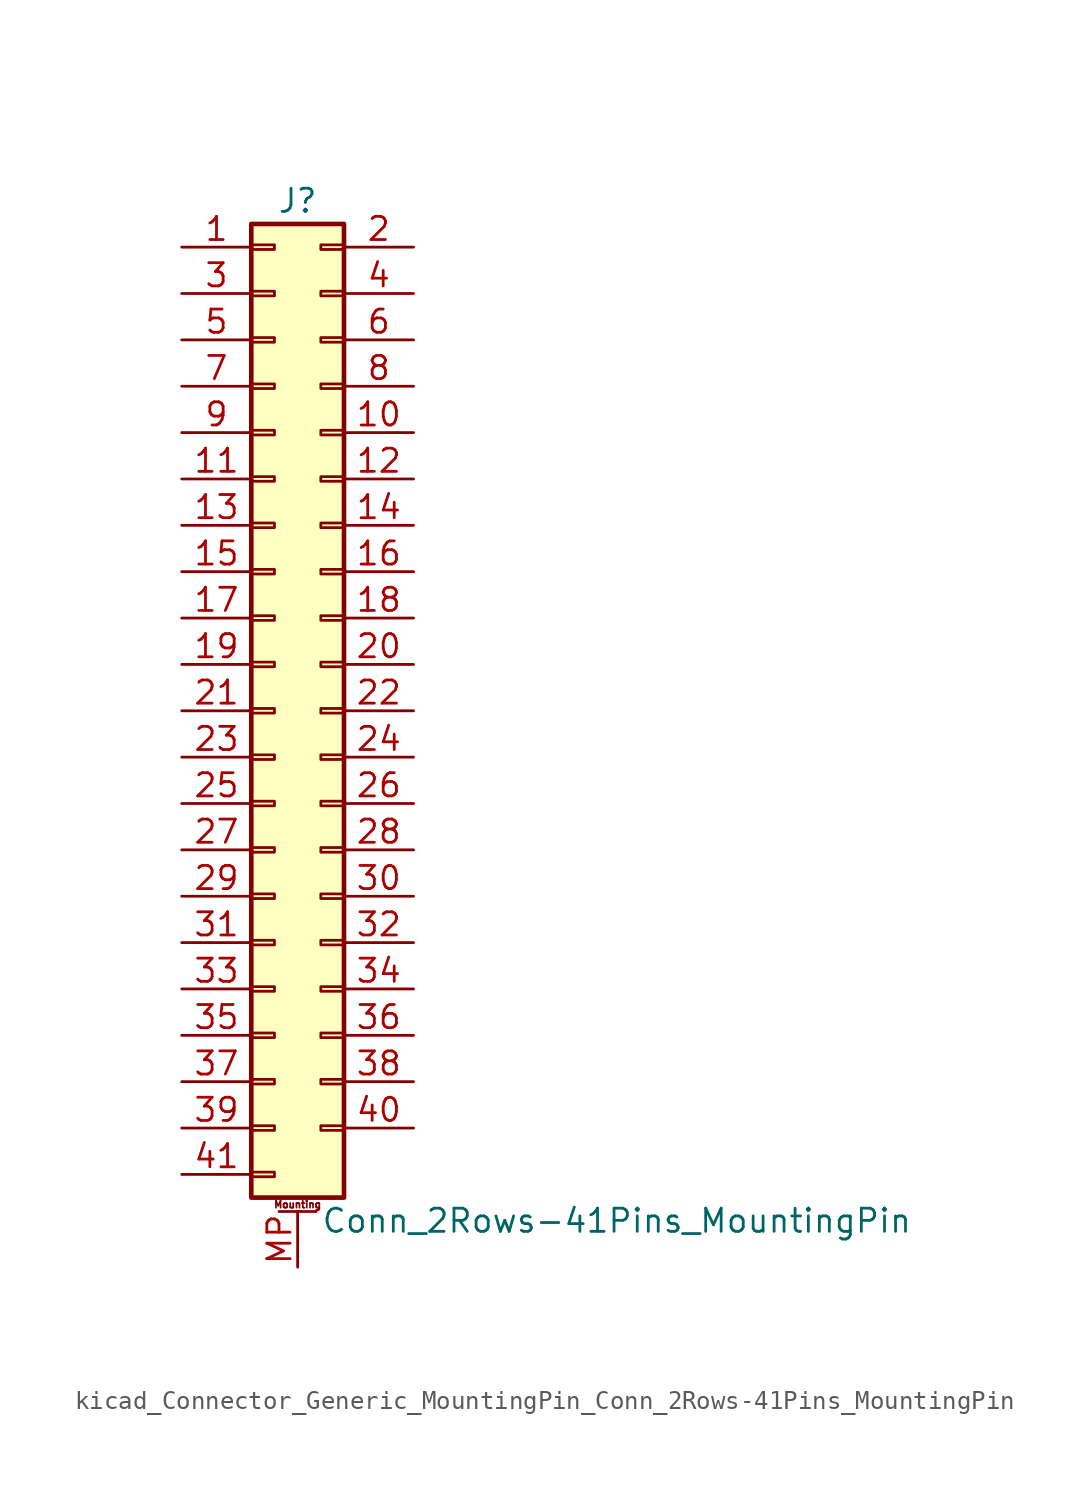
<source format=kicad_sym>
(kicad_symbol_lib
  (version 20220914)
  (generator kicad_symbol_editor)
  (symbol "kicad_Connector_Generic_MountingPin_Conn_2Rows-41Pins_MountingPin"
    (pin_names
      (offset 1.016) hide)
    (property "Reference" "J"
      (at 1.27 27.94 0)
      (effects (font (size 1.27 1.27))))
    (property "Value" "Conn_2Rows-41Pins_MountingPin"
      (at 2.54 -27.94 0)
      (effects (font (size 1.27 1.27)) (justify left)))
    (symbol "kicad_Connector_Generic_MountingPin_Conn_2Rows-41Pins_MountingPin_1_1"
      (rectangle (start -1.27 -25.273) (end 0 -25.527) (stroke (width 0.152) (type default)) (fill (type none)))
      (rectangle (start -1.27 -22.733) (end 0 -22.987) (stroke (width 0.152) (type default)) (fill (type none)))
      (rectangle (start -1.27 -20.193) (end 0 -20.447) (stroke (width 0.152) (type default)) (fill (type none)))
      (rectangle (start -1.27 -17.653) (end 0 -17.907) (stroke (width 0.152) (type default)) (fill (type none)))
      (rectangle (start -1.27 -15.113) (end 0 -15.367) (stroke (width 0.152) (type default)) (fill (type none)))
      (rectangle (start -1.27 -12.573) (end 0 -12.827) (stroke (width 0.152) (type default)) (fill (type none)))
      (rectangle (start -1.27 -10.033) (end 0 -10.287) (stroke (width 0.152) (type default)) (fill (type none)))
      (rectangle (start -1.27 -7.493) (end 0 -7.747) (stroke (width 0.152) (type default)) (fill (type none)))
      (rectangle (start -1.27 -4.953) (end 0 -5.207) (stroke (width 0.152) (type default)) (fill (type none)))
      (rectangle (start -1.27 -2.413) (end 0 -2.667) (stroke (width 0.152) (type default)) (fill (type none)))
      (rectangle (start -1.27 0.127) (end 0 -0.127) (stroke (width 0.152) (type default)) (fill (type none)))
      (rectangle (start -1.27 2.667) (end 0 2.413) (stroke (width 0.152) (type default)) (fill (type none)))
      (rectangle (start -1.27 5.207) (end 0 4.953) (stroke (width 0.152) (type default)) (fill (type none)))
      (rectangle (start -1.27 7.747) (end 0 7.493) (stroke (width 0.152) (type default)) (fill (type none)))
      (rectangle (start -1.27 10.287) (end 0 10.033) (stroke (width 0.152) (type default)) (fill (type none)))
      (rectangle (start -1.27 12.827) (end 0 12.573) (stroke (width 0.152) (type default)) (fill (type none)))
      (rectangle (start -1.27 15.367) (end 0 15.113) (stroke (width 0.152) (type default)) (fill (type none)))
      (rectangle (start -1.27 17.907) (end 0 17.653) (stroke (width 0.152) (type default)) (fill (type none)))
      (rectangle (start -1.27 20.447) (end 0 20.193) (stroke (width 0.152) (type default)) (fill (type none)))
      (rectangle (start -1.27 22.987) (end 0 22.733) (stroke (width 0.152) (type default)) (fill (type none)))
      (rectangle (start -1.27 25.527) (end 0 25.273) (stroke (width 0.152) (type default)) (fill (type none)))
      (rectangle (start -1.27 26.67) (end 3.81 -26.67) (stroke (width 0.254) (type default)) (fill (type background)))
      (polyline (pts (xy 0.254 -27.432) (xy 2.286 -27.432)) (stroke (width 0.152) (type default)) (fill (type none)))
      (rectangle (start 3.81 -22.733) (end 2.54 -22.987) (stroke (width 0.152) (type default)) (fill (type none)))
      (rectangle (start 3.81 -20.193) (end 2.54 -20.447) (stroke (width 0.152) (type default)) (fill (type none)))
      (rectangle (start 3.81 -17.653) (end 2.54 -17.907) (stroke (width 0.152) (type default)) (fill (type none)))
      (rectangle (start 3.81 -15.113) (end 2.54 -15.367) (stroke (width 0.152) (type default)) (fill (type none)))
      (rectangle (start 3.81 -12.573) (end 2.54 -12.827) (stroke (width 0.152) (type default)) (fill (type none)))
      (rectangle (start 3.81 -10.033) (end 2.54 -10.287) (stroke (width 0.152) (type default)) (fill (type none)))
      (rectangle (start 3.81 -7.493) (end 2.54 -7.747) (stroke (width 0.152) (type default)) (fill (type none)))
      (rectangle (start 3.81 -4.953) (end 2.54 -5.207) (stroke (width 0.152) (type default)) (fill (type none)))
      (rectangle (start 3.81 -2.413) (end 2.54 -2.667) (stroke (width 0.152) (type default)) (fill (type none)))
      (rectangle (start 3.81 0.127) (end 2.54 -0.127) (stroke (width 0.152) (type default)) (fill (type none)))
      (rectangle (start 3.81 2.667) (end 2.54 2.413) (stroke (width 0.152) (type default)) (fill (type none)))
      (rectangle (start 3.81 5.207) (end 2.54 4.953) (stroke (width 0.152) (type default)) (fill (type none)))
      (rectangle (start 3.81 7.747) (end 2.54 7.493) (stroke (width 0.152) (type default)) (fill (type none)))
      (rectangle (start 3.81 10.287) (end 2.54 10.033) (stroke (width 0.152) (type default)) (fill (type none)))
      (rectangle (start 3.81 12.827) (end 2.54 12.573) (stroke (width 0.152) (type default)) (fill (type none)))
      (rectangle (start 3.81 15.367) (end 2.54 15.113) (stroke (width 0.152) (type default)) (fill (type none)))
      (rectangle (start 3.81 17.907) (end 2.54 17.653) (stroke (width 0.152) (type default)) (fill (type none)))
      (rectangle (start 3.81 20.447) (end 2.54 20.193) (stroke (width 0.152) (type default)) (fill (type none)))
      (rectangle (start 3.81 22.987) (end 2.54 22.733) (stroke (width 0.152) (type default)) (fill (type none)))
      (rectangle (start 3.81 25.527) (end 2.54 25.273) (stroke (width 0.152) (type default)) (fill (type none)))
      (text "Mounting" (at 1.27 -27.051 0) (effects (font (size 0.381 0.381))))
      (pin passive line (at -5.08 25.4 0) (length 3.81) (name "Pin_1" (effects (font (size 1.27 1.27)))) (number "1" (effects (font (size 1.27 1.27)))))
      (pin passive line (at 7.62 15.24 180) (length 3.81) (name "Pin_10" (effects (font (size 1.27 1.27)))) (number "10" (effects (font (size 1.27 1.27)))))
      (pin passive line (at -5.08 12.7 0) (length 3.81) (name "Pin_11" (effects (font (size 1.27 1.27)))) (number "11" (effects (font (size 1.27 1.27)))))
      (pin passive line (at 7.62 12.7 180) (length 3.81) (name "Pin_12" (effects (font (size 1.27 1.27)))) (number "12" (effects (font (size 1.27 1.27)))))
      (pin passive line (at -5.08 10.16 0) (length 3.81) (name "Pin_13" (effects (font (size 1.27 1.27)))) (number "13" (effects (font (size 1.27 1.27)))))
      (pin passive line (at 7.62 10.16 180) (length 3.81) (name "Pin_14" (effects (font (size 1.27 1.27)))) (number "14" (effects (font (size 1.27 1.27)))))
      (pin passive line (at -5.08 7.62 0) (length 3.81) (name "Pin_15" (effects (font (size 1.27 1.27)))) (number "15" (effects (font (size 1.27 1.27)))))
      (pin passive line (at 7.62 7.62 180) (length 3.81) (name "Pin_16" (effects (font (size 1.27 1.27)))) (number "16" (effects (font (size 1.27 1.27)))))
      (pin passive line (at -5.08 5.08 0) (length 3.81) (name "Pin_17" (effects (font (size 1.27 1.27)))) (number "17" (effects (font (size 1.27 1.27)))))
      (pin passive line (at 7.62 5.08 180) (length 3.81) (name "Pin_18" (effects (font (size 1.27 1.27)))) (number "18" (effects (font (size 1.27 1.27)))))
      (pin passive line (at -5.08 2.54 0) (length 3.81) (name "Pin_19" (effects (font (size 1.27 1.27)))) (number "19" (effects (font (size 1.27 1.27)))))
      (pin passive line (at 7.62 25.4 180) (length 3.81) (name "Pin_2" (effects (font (size 1.27 1.27)))) (number "2" (effects (font (size 1.27 1.27)))))
      (pin passive line (at 7.62 2.54 180) (length 3.81) (name "Pin_20" (effects (font (size 1.27 1.27)))) (number "20" (effects (font (size 1.27 1.27)))))
      (pin passive line (at -5.08 0 0) (length 3.81) (name "Pin_21" (effects (font (size 1.27 1.27)))) (number "21" (effects (font (size 1.27 1.27)))))
      (pin passive line (at 7.62 0 180) (length 3.81) (name "Pin_22" (effects (font (size 1.27 1.27)))) (number "22" (effects (font (size 1.27 1.27)))))
      (pin passive line (at -5.08 -2.54 0) (length 3.81) (name "Pin_23" (effects (font (size 1.27 1.27)))) (number "23" (effects (font (size 1.27 1.27)))))
      (pin passive line (at 7.62 -2.54 180) (length 3.81) (name "Pin_24" (effects (font (size 1.27 1.27)))) (number "24" (effects (font (size 1.27 1.27)))))
      (pin passive line (at -5.08 -5.08 0) (length 3.81) (name "Pin_25" (effects (font (size 1.27 1.27)))) (number "25" (effects (font (size 1.27 1.27)))))
      (pin passive line (at 7.62 -5.08 180) (length 3.81) (name "Pin_26" (effects (font (size 1.27 1.27)))) (number "26" (effects (font (size 1.27 1.27)))))
      (pin passive line (at -5.08 -7.62 0) (length 3.81) (name "Pin_27" (effects (font (size 1.27 1.27)))) (number "27" (effects (font (size 1.27 1.27)))))
      (pin passive line (at 7.62 -7.62 180) (length 3.81) (name "Pin_28" (effects (font (size 1.27 1.27)))) (number "28" (effects (font (size 1.27 1.27)))))
      (pin passive line (at -5.08 -10.16 0) (length 3.81) (name "Pin_29" (effects (font (size 1.27 1.27)))) (number "29" (effects (font (size 1.27 1.27)))))
      (pin passive line (at -5.08 22.86 0) (length 3.81) (name "Pin_3" (effects (font (size 1.27 1.27)))) (number "3" (effects (font (size 1.27 1.27)))))
      (pin passive line (at 7.62 -10.16 180) (length 3.81) (name "Pin_30" (effects (font (size 1.27 1.27)))) (number "30" (effects (font (size 1.27 1.27)))))
      (pin passive line (at -5.08 -12.7 0) (length 3.81) (name "Pin_31" (effects (font (size 1.27 1.27)))) (number "31" (effects (font (size 1.27 1.27)))))
      (pin passive line (at 7.62 -12.7 180) (length 3.81) (name "Pin_32" (effects (font (size 1.27 1.27)))) (number "32" (effects (font (size 1.27 1.27)))))
      (pin passive line (at -5.08 -15.24 0) (length 3.81) (name "Pin_33" (effects (font (size 1.27 1.27)))) (number "33" (effects (font (size 1.27 1.27)))))
      (pin passive line (at 7.62 -15.24 180) (length 3.81) (name "Pin_34" (effects (font (size 1.27 1.27)))) (number "34" (effects (font (size 1.27 1.27)))))
      (pin passive line (at -5.08 -17.78 0) (length 3.81) (name "Pin_35" (effects (font (size 1.27 1.27)))) (number "35" (effects (font (size 1.27 1.27)))))
      (pin passive line (at 7.62 -17.78 180) (length 3.81) (name "Pin_36" (effects (font (size 1.27 1.27)))) (number "36" (effects (font (size 1.27 1.27)))))
      (pin passive line (at -5.08 -20.32 0) (length 3.81) (name "Pin_37" (effects (font (size 1.27 1.27)))) (number "37" (effects (font (size 1.27 1.27)))))
      (pin passive line (at 7.62 -20.32 180) (length 3.81) (name "Pin_38" (effects (font (size 1.27 1.27)))) (number "38" (effects (font (size 1.27 1.27)))))
      (pin passive line (at -5.08 -22.86 0) (length 3.81) (name "Pin_39" (effects (font (size 1.27 1.27)))) (number "39" (effects (font (size 1.27 1.27)))))
      (pin passive line (at 7.62 22.86 180) (length 3.81) (name "Pin_4" (effects (font (size 1.27 1.27)))) (number "4" (effects (font (size 1.27 1.27)))))
      (pin passive line (at 7.62 -22.86 180) (length 3.81) (name "Pin_40" (effects (font (size 1.27 1.27)))) (number "40" (effects (font (size 1.27 1.27)))))
      (pin passive line (at -5.08 -25.4 0) (length 3.81) (name "Pin_41" (effects (font (size 1.27 1.27)))) (number "41" (effects (font (size 1.27 1.27)))))
      (pin passive line (at -5.08 20.32 0) (length 3.81) (name "Pin_5" (effects (font (size 1.27 1.27)))) (number "5" (effects (font (size 1.27 1.27)))))
      (pin passive line (at 7.62 20.32 180) (length 3.81) (name "Pin_6" (effects (font (size 1.27 1.27)))) (number "6" (effects (font (size 1.27 1.27)))))
      (pin passive line (at -5.08 17.78 0) (length 3.81) (name "Pin_7" (effects (font (size 1.27 1.27)))) (number "7" (effects (font (size 1.27 1.27)))))
      (pin passive line (at 7.62 17.78 180) (length 3.81) (name "Pin_8" (effects (font (size 1.27 1.27)))) (number "8" (effects (font (size 1.27 1.27)))))
      (pin passive line (at -5.08 15.24 0) (length 3.81) (name "Pin_9" (effects (font (size 1.27 1.27)))) (number "9" (effects (font (size 1.27 1.27)))))
      (pin passive line (at 1.27 -30.48 90) (length 3.048) (name "MountPin" (effects (font (size 1.27 1.27)))) (number "MP" (effects (font (size 1.27 1.27))))))))
</source>
